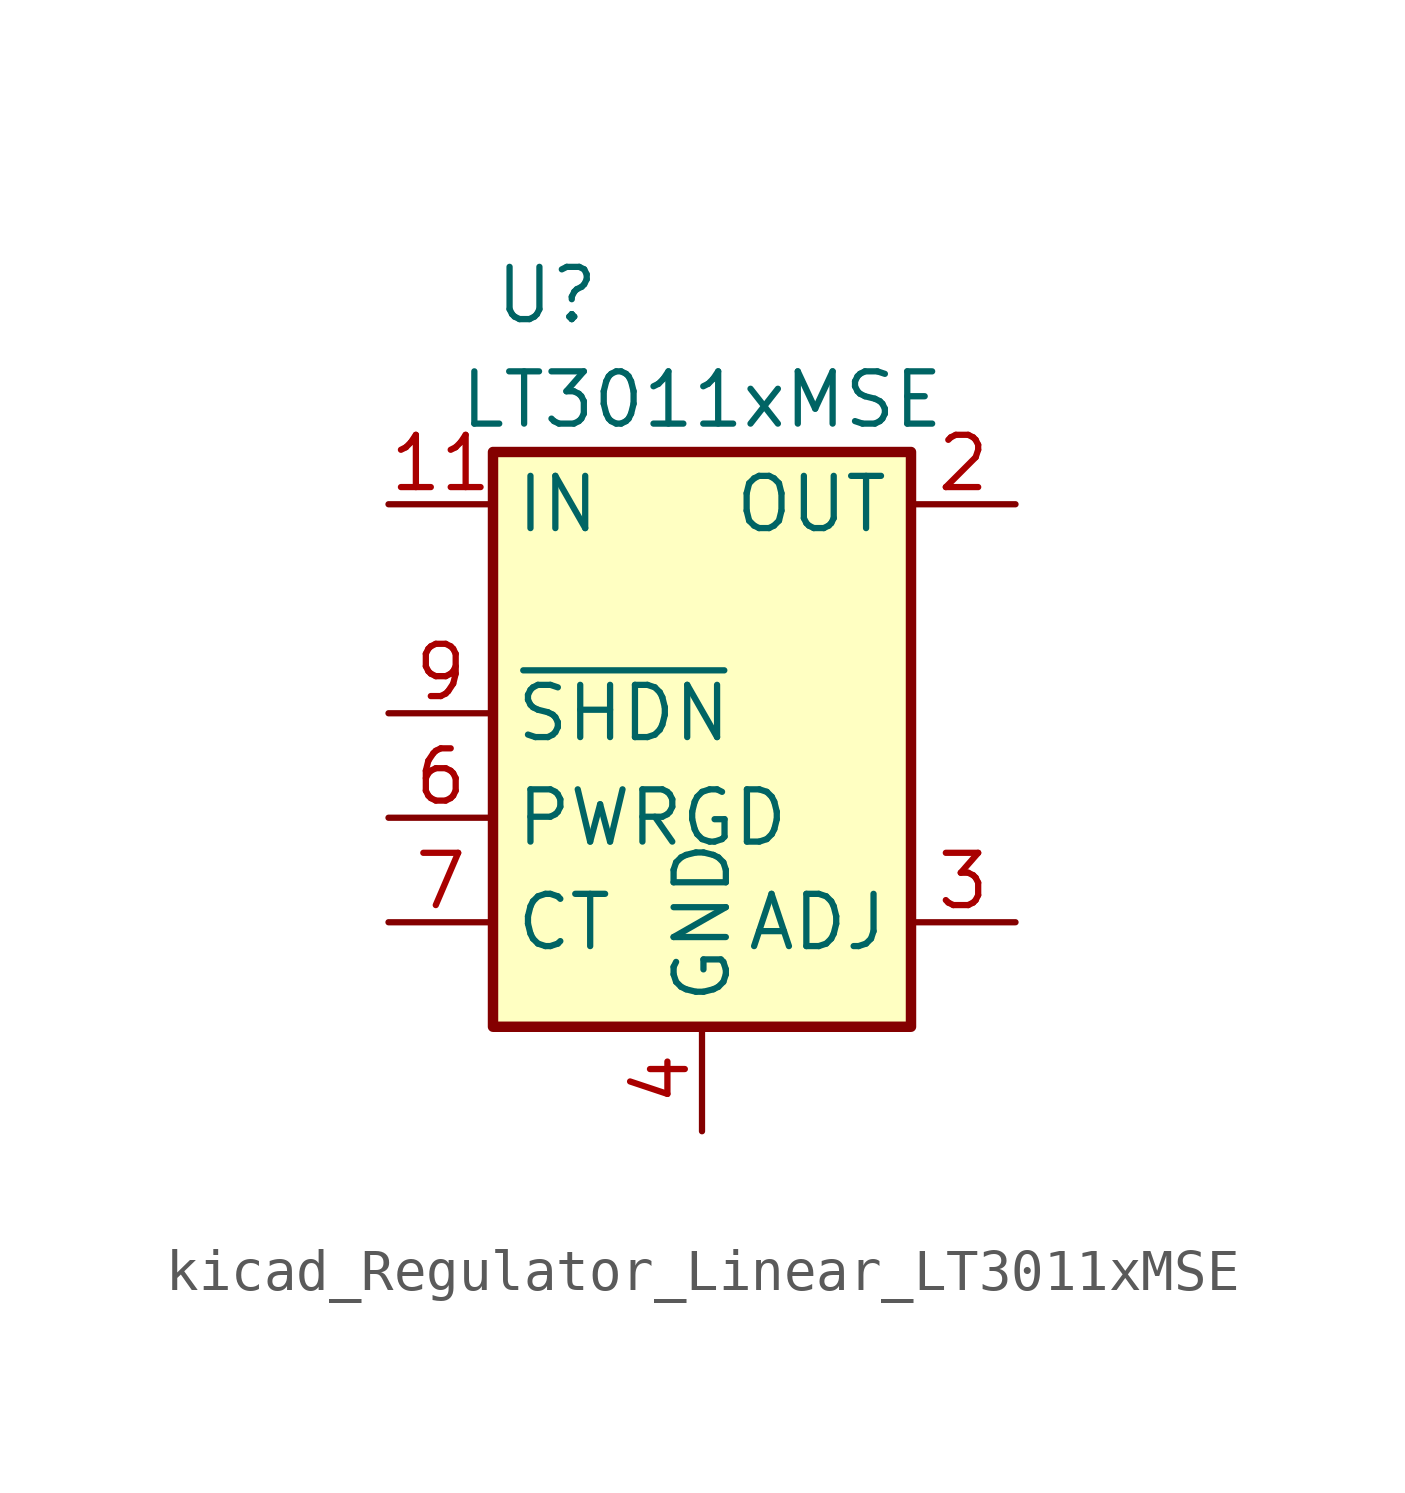
<source format=kicad_sym>
(kicad_symbol_lib
  (version 20220914)
  (generator kicad_symbol_editor)
  (symbol "kicad_Regulator_Linear_LT3011xMSE"
    (property "Reference" "U"
      (at -5.08 10.16 0)
      (effects (font (size 1.27 1.27)) (justify left)))
    (property "Value" "LT3011xMSE"
      (at 0 7.62 0)
      (effects (font (size 1.27 1.27))))
    (symbol "kicad_Regulator_Linear_LT3011xMSE_0_1"
      (rectangle (start -5.08 6.35) (end 5.08 -7.62) (stroke (width 0.254) (type default)) (fill (type background))))
    (symbol "kicad_Regulator_Linear_LT3011xMSE_1_1"
      (pin no_connect line (at -5.08 2.54 0) (length 2.54) hide (name "NC" (effects (font (size 1.27 1.27)))) (number "1" (effects (font (size 1.27 1.27)))))
      (pin no_connect line (at 5.08 -2.54 180) (length 2.54) hide (name "NC" (effects (font (size 1.27 1.27)))) (number "10" (effects (font (size 1.27 1.27)))))
      (pin power_in line (at -7.62 5.08 0) (length 2.54) (name "IN" (effects (font (size 1.27 1.27)))) (number "11" (effects (font (size 1.27 1.27)))))
      (pin no_connect line (at 0 5.08 270) (length 2.54) hide (name "NC" (effects (font (size 1.27 1.27)))) (number "12" (effects (font (size 1.27 1.27)))))
      (pin passive line (at 0 -10.16 90) (length 2.54) hide (name "GND" (effects (font (size 1.27 1.27)))) (number "13" (effects (font (size 1.27 1.27)))))
      (pin power_out line (at 7.62 5.08 180) (length 2.54) (name "OUT" (effects (font (size 1.27 1.27)))) (number "2" (effects (font (size 1.27 1.27)))))
      (pin input line (at 7.62 -5.08 180) (length 2.54) (name "ADJ" (effects (font (size 1.27 1.27)))) (number "3" (effects (font (size 1.27 1.27)))))
      (pin power_in line (at 0 -10.16 90) (length 2.54) (name "GND" (effects (font (size 1.27 1.27)))) (number "4" (effects (font (size 1.27 1.27)))))
      (pin no_connect line (at 5.08 2.54 180) (length 2.54) hide (name "NC" (effects (font (size 1.27 1.27)))) (number "5" (effects (font (size 1.27 1.27)))))
      (pin open_collector line (at -7.62 -2.54 0) (length 2.54) (name "PWRGD" (effects (font (size 1.27 1.27)))) (number "6" (effects (font (size 1.27 1.27)))))
      (pin unspecified line (at -7.62 -5.08 0) (length 2.54) (name "CT" (effects (font (size 1.27 1.27)))) (number "7" (effects (font (size 1.27 1.27)))))
      (pin no_connect line (at 5.08 0 180) (length 2.54) hide (name "NC" (effects (font (size 1.27 1.27)))) (number "8" (effects (font (size 1.27 1.27)))))
      (pin input line (at -7.62 0 0) (length 2.54) (name "~{SHDN}" (effects (font (size 1.27 1.27)))) (number "9" (effects (font (size 1.27 1.27))))))))
</source>
